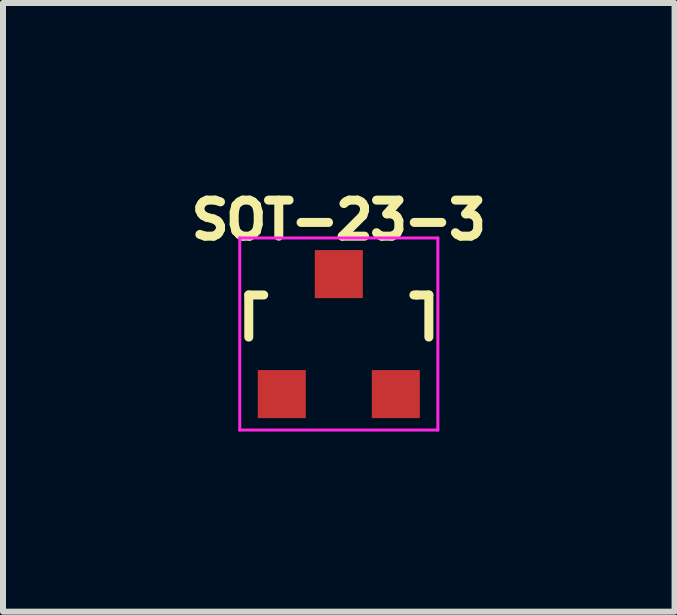
<source format=kicad_pcb>
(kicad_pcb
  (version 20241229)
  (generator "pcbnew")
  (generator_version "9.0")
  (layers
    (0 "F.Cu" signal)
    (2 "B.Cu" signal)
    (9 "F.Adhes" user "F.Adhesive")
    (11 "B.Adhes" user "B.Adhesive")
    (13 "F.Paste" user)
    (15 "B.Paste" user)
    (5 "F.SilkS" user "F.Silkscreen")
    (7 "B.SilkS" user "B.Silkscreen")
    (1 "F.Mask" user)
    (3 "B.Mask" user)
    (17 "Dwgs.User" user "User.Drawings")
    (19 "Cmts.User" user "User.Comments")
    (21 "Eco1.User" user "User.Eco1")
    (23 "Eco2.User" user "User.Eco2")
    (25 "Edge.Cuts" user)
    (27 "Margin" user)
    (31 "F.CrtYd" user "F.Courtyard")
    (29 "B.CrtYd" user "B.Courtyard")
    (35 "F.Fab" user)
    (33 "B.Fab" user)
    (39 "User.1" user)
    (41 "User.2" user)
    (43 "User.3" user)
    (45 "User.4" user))
  (footprint "SOT-23-3"
    (layer "F.Cu")
    (at 2.594 2.514)
    (property "Reference" "SOT-23-3" (at 0 -1.9 0) (layer "F.SilkS") (effects (font (size 0.6 0.6) (thickness 0.15))))
    (attr smd)
    (fp_line (start -1.5 -0.65) (end -1.251 -0.65) (stroke (width 0.15) (type solid)) (layer "F.SilkS"))
    (fp_line (start -1.5 0.051) (end -1.5 -0.65) (stroke (width 0.15) (type solid)) (layer "F.SilkS"))
    (fp_line (start 1.299 -0.65) (end 1.251 -0.65) (stroke (width 0.15) (type solid)) (layer "F.SilkS"))
    (fp_line (start 1.299 -0.65) (end 1.5 -0.65) (stroke (width 0.15) (type solid)) (layer "F.SilkS"))
    (fp_line (start 1.5 -0.65) (end 1.5 0.051) (stroke (width 0.15) (type solid)) (layer "F.SilkS"))
    (fp_line (start -1.65 -1.6) (end 1.65 -1.6) (stroke (width 0.05) (type solid)) (layer "F.CrtYd"))
    (fp_line (start -1.65 1.6) (end -1.65 -1.6) (stroke (width 0.05) (type solid)) (layer "F.CrtYd"))
    (fp_line (start 1.65 -1.6) (end 1.65 1.6) (stroke (width 0.05) (type solid)) (layer "F.CrtYd"))
    (fp_line (start 1.65 1.6) (end -1.65 1.6) (stroke (width 0.05) (type solid)) (layer "F.CrtYd"))
    (pad "1" smd rect (at -0.95 1.001) (size 0.8 0.8) (layers "F.Cu" "F.Mask" "F.Paste"))
    (pad "2" smd rect (at 0.95 1.001) (size 0.8 0.8) (layers "F.Cu" "F.Mask" "F.Paste"))
    (pad "3" smd rect (at 0 -0.998) (size 0.8 0.8) (layers "F.Cu" "F.Mask" "F.Paste")))
  (gr_rect
    (start -3 -3)
    (end 8.187 7.139)
    (stroke (width 0.1) (type default))
    (fill no)
    (layer "Edge.Cuts")))
</source>
